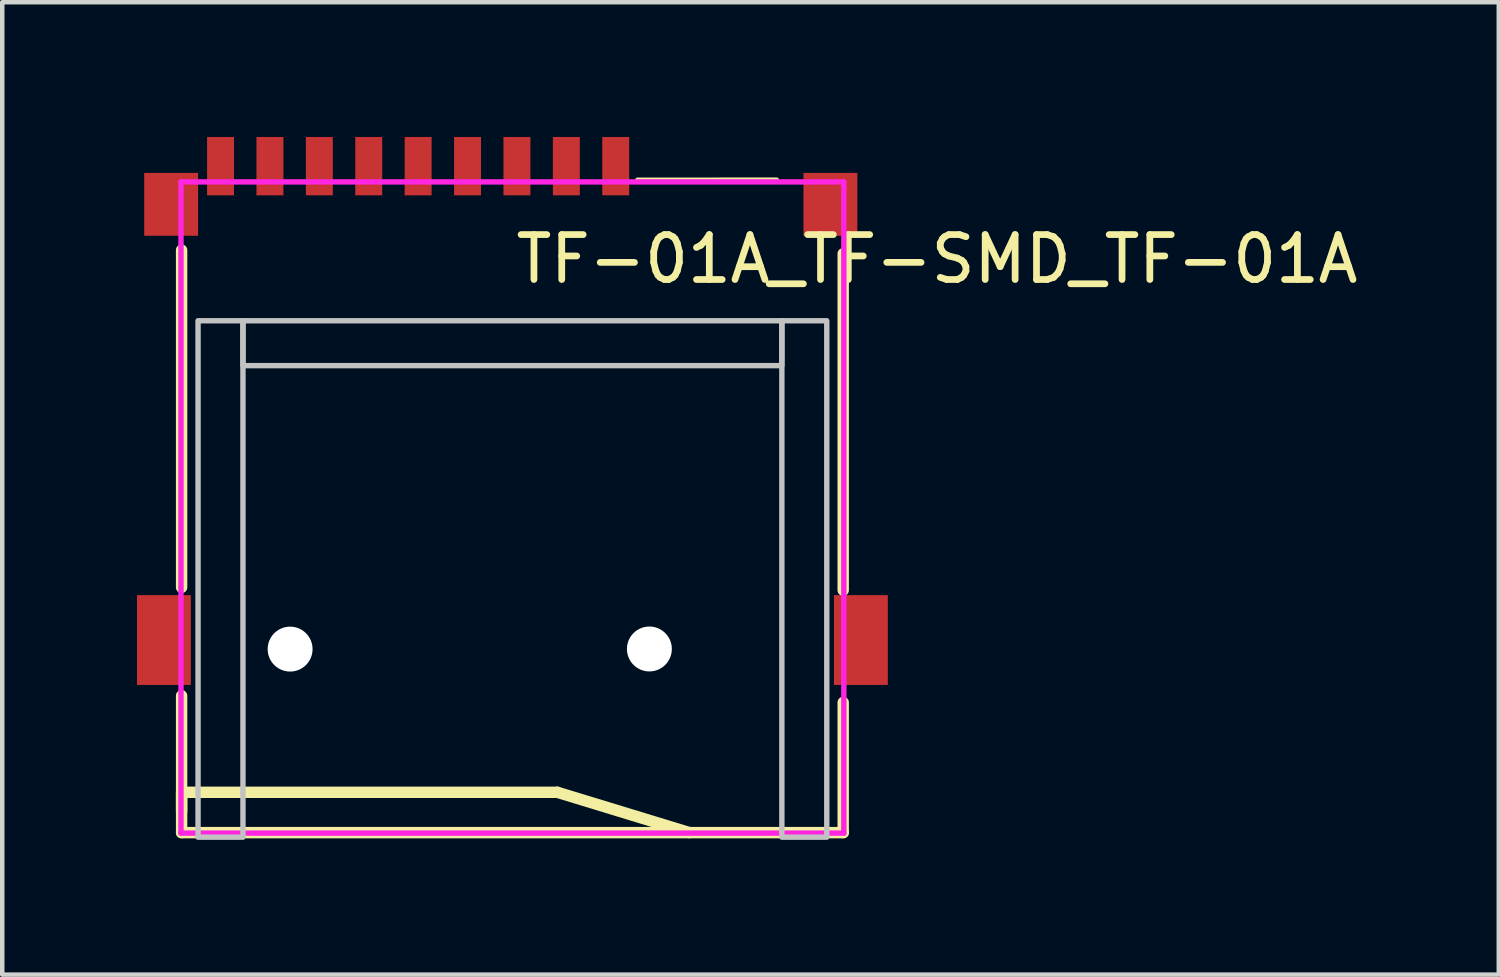
<source format=kicad_pcb>
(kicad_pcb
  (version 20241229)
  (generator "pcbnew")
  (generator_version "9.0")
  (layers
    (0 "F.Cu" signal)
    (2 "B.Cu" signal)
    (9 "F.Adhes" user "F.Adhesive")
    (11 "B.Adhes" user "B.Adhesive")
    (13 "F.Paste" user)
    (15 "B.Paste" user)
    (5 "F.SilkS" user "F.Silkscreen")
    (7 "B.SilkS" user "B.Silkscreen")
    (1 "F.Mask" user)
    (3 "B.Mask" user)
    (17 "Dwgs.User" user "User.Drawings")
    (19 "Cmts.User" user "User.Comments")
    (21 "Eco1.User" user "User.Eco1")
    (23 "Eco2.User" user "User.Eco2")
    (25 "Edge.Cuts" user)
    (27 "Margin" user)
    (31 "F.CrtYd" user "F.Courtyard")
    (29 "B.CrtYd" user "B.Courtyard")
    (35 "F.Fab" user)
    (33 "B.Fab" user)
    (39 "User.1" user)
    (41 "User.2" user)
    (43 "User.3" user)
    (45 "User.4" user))
  (footprint "TF-01A_TF-SMD_TF-01A"
    (layer "F.Cu")
    (at 8.36 5.926)
    (property "Reference" "TF-01A_TF-SMD_TF-01A" (at 0 -3.207 0) (layer "F.SilkS") (effects (font (size 1 1) (thickness 0.15)) (justify left)))
    (attr through_hole)
    (fp_line (start -7.366 -3.406) (end -7.366 4.103) (stroke (width 0.254) (type solid)) (layer "F.SilkS"))
    (fp_line (start -7.366 6.516) (end -7.366 9.564) (stroke (width 0.254) (type solid)) (layer "F.SilkS"))
    (fp_line (start -7.366 8.667) (end 1 8.666) (stroke (width 0.254) (type solid)) (layer "F.SilkS"))
    (fp_line (start -7.366 9.091) (end -7.366 8.667) (stroke (width 0.254) (type solid)) (layer "F.SilkS"))
    (fp_line (start -7.366 9.564) (end 7.366 9.564) (stroke (width 0.254) (type solid)) (layer "F.SilkS"))
    (fp_line (start 1 8.666) (end 3.937 9.563) (stroke (width 0.254) (type solid)) (layer "F.SilkS"))
    (fp_line (start 2.786 -4.972) (end 5.885 -4.973) (stroke (width 0.102) (type solid)) (layer "F.SilkS"))
    (fp_line (start 7.366 4.167) (end 7.366 -3.326) (stroke (width 0.254) (type solid)) (layer "F.SilkS"))
    (fp_line (start 7.366 9.564) (end 7.366 6.666) (stroke (width 0.254) (type solid)) (layer "F.SilkS"))
    (fp_circle (center -4.95 5.478) (end -4.75 5.478) (stroke (width 0.4) (type solid)) (fill no) (layer "Dwgs.User"))
    (fp_circle (center 3.05 5.475) (end 3.25 5.475) (stroke (width 0.4) (type solid)) (fill no) (layer "Dwgs.User"))
    (fp_poly (pts (xy -6 -1.834) (xy 6 -1.834) (xy 6 -0.834) (xy -6 -0.834)) (stroke (width 0.12) (type solid)) (fill no) (layer "Dwgs.User"))
    (fp_poly (pts (xy 7 9.666) (xy 7 -1.834) (xy 6 -1.834) (xy 6 9.666)) (stroke (width 0.12) (type solid)) (fill no) (layer "Dwgs.User"))
    (fp_poly (pts (xy -7 9.666) (xy -7 -1.834) (xy -6 -1.834) (xy -6 9.666) (xy -7 9.666)) (stroke (width 0.12) (type solid)) (fill no) (layer "Dwgs.User"))
    (fp_line (start -3.386 -4.984) (end -3.016 -4.984) (stroke (width 0.12) (type solid)) (layer "Eco2.User"))
    (fp_line (start -3.386 -4.914) (end -3.386 -4.984) (stroke (width 0.12) (type solid)) (layer "Eco2.User"))
    (fp_line (start -3.016 -4.984) (end -3.016 -4.914) (stroke (width 0.12) (type solid)) (layer "Eco2.User"))
    (fp_line (start -3.016 -4.914) (end -3.386 -4.914) (stroke (width 0.12) (type solid)) (layer "Eco2.User"))
    (fp_line (start -2.288 -4.984) (end -1.918 -4.984) (stroke (width 0.12) (type solid)) (layer "Eco2.User"))
    (fp_line (start -2.288 -4.914) (end -2.288 -4.984) (stroke (width 0.12) (type solid)) (layer "Eco2.User"))
    (fp_line (start -1.918 -4.984) (end -1.918 -4.914) (stroke (width 0.12) (type solid)) (layer "Eco2.User"))
    (fp_line (start -1.918 -4.914) (end -2.288 -4.914) (stroke (width 0.12) (type solid)) (layer "Eco2.User"))
    (fp_circle (center 8.05 -5.474) (end 8.08 -5.474) (stroke (width 0.06) (type solid)) (fill no) (layer "Eco2.User"))
    (fp_poly (pts (xy -8.05 4.476) (xy -7.35 4.476) (xy -7.35 6.076) (xy -8.05 6.076)) (stroke (width 0.12) (type solid)) (fill no) (layer "Eco2.User"))
    (fp_poly (pts (xy -7.95 -3.926) (xy -7.95 -4.926) (xy -7.25 -4.926) (xy -7.25 -3.926)) (stroke (width 0.12) (type solid)) (fill no) (layer "Eco2.User"))
    (fp_poly (pts (xy -6.684 -4.924) (xy -6.684 -5.474) (xy -6.314 -5.474) (xy -6.314 -4.924)) (stroke (width 0.12) (type solid)) (fill no) (layer "Eco2.User"))
    (fp_poly (pts (xy -5.58 -4.924) (xy -5.58 -5.474) (xy -5.21 -5.474) (xy -5.21 -4.924)) (stroke (width 0.12) (type solid)) (fill no) (layer "Eco2.User"))
    (fp_poly (pts (xy -4.482 -4.924) (xy -4.482 -5.474) (xy -4.112 -5.474) (xy -4.112 -4.924)) (stroke (width 0.12) (type solid)) (fill no) (layer "Eco2.User"))
    (fp_poly (pts (xy -3.386 -4.924) (xy -3.386 -5.474) (xy -3.016 -5.474) (xy -3.016 -4.924)) (stroke (width 0.12) (type solid)) (fill no) (layer "Eco2.User"))
    (fp_poly (pts (xy -2.288 -4.924) (xy -2.288 -5.474) (xy -1.918 -5.474) (xy -1.918 -4.924)) (stroke (width 0.12) (type solid)) (fill no) (layer "Eco2.User"))
    (fp_poly (pts (xy -1.189 -4.924) (xy -1.189 -5.474) (xy -0.819 -5.474) (xy -0.819 -4.924)) (stroke (width 0.12) (type solid)) (fill no) (layer "Eco2.User"))
    (fp_poly (pts (xy -0.089 -4.924) (xy -0.089 -5.474) (xy 0.28 -5.474) (xy 0.28 -4.924)) (stroke (width 0.12) (type solid)) (fill no) (layer "Eco2.User"))
    (fp_poly (pts (xy 1.007 -4.924) (xy 1.007 -5.474) (xy 1.377 -5.474) (xy 1.377 -4.924)) (stroke (width 0.12) (type solid)) (fill no) (layer "Eco2.User"))
    (fp_poly (pts (xy 2.107 -4.924) (xy 2.107 -5.474) (xy 2.477 -5.474) (xy 2.477 -4.924)) (stroke (width 0.12) (type solid)) (fill no) (layer "Eco2.User"))
    (fp_poly (pts (xy 6.66 -4.926) (xy 7.31 -4.926) (xy 7.31 -3.926) (xy 6.66 -3.926)) (stroke (width 0.12) (type solid)) (fill no) (layer "Eco2.User"))
    (fp_poly (pts (xy 7.35 6.076) (xy 7.35 4.476) (xy 8.05 4.476) (xy 8.05 6.076)) (stroke (width 0.12) (type solid)) (fill no) (layer "Eco2.User"))
    (fp_line (start -7.38 -4.925) (end 7.38 -4.925) (stroke (width 0.12) (type solid)) (layer "F.CrtYd"))
    (fp_line (start -7.38 9.575) (end -7.38 -4.925) (stroke (width 0.12) (type solid)) (layer "F.CrtYd"))
    (fp_line (start 7.38 -4.925) (end 7.38 9.575) (stroke (width 0.12) (type solid)) (layer "F.CrtYd"))
    (fp_line (start 7.38 9.575) (end -7.38 9.575) (stroke (width 0.12) (type solid)) (layer "F.CrtYd"))
    (pad "" np_thru_hole circle (at -4.95 5.478) (size 1 1) (drill 1) (layers "*.Cu" "*.Mask"))
    (pad "" np_thru_hole circle (at 3.05 5.475) (size 1 1) (drill 1) (layers "*.Cu" "*.Mask"))
    (pad "1" smd rect (at 2.301 -5.276) (size 0.6 1.3) (layers "F.Cu" "F.Mask" "F.Paste"))
    (pad "2" smd rect (at 1.201 -5.276) (size 0.6 1.3) (layers "F.Cu" "F.Mask" "F.Paste"))
    (pad "3" smd rect (at 0.101 -5.276) (size 0.6 1.3) (layers "F.Cu" "F.Mask" "F.Paste"))
    (pad "4" smd rect (at -0.999 -5.276) (size 0.6 1.3) (layers "F.Cu" "F.Mask" "F.Paste"))
    (pad "5" smd rect (at -2.099 -5.276) (size 0.6 1.3) (layers "F.Cu" "F.Mask" "F.Paste"))
    (pad "6" smd rect (at -3.199 -5.276) (size 0.6 1.3) (layers "F.Cu" "F.Mask" "F.Paste"))
    (pad "7" smd rect (at -4.299 -5.276) (size 0.6 1.3) (layers "F.Cu" "F.Mask" "F.Paste"))
    (pad "8" smd rect (at -5.399 -5.276) (size 0.6 1.3) (layers "F.Cu" "F.Mask" "F.Paste"))
    (pad "9" smd rect (at -6.499 -5.276) (size 0.6 1.3) (layers "F.Cu" "F.Mask" "F.Paste"))
    (pad "10" smd rect (at -7.599 -4.426) (size 1.2 1.4) (layers "F.Cu" "F.Mask" "F.Paste"))
    (pad "11" smd rect (at -7.76 5.276) (size 1.2 2) (layers "F.Cu" "F.Mask" "F.Paste"))
    (pad "12" smd rect (at 7.76 5.276) (size 1.2 2) (layers "F.Cu" "F.Mask" "F.Paste"))
    (pad "13" smd rect (at 7.081 -4.426) (size 1.2 1.4) (layers "F.Cu" "F.Mask" "F.Paste")))
  (gr_rect
    (start -3 -3)
    (end 30.324 18.652)
    (stroke (width 0.1) (type default))
    (fill no)
    (layer "Edge.Cuts")))
</source>
